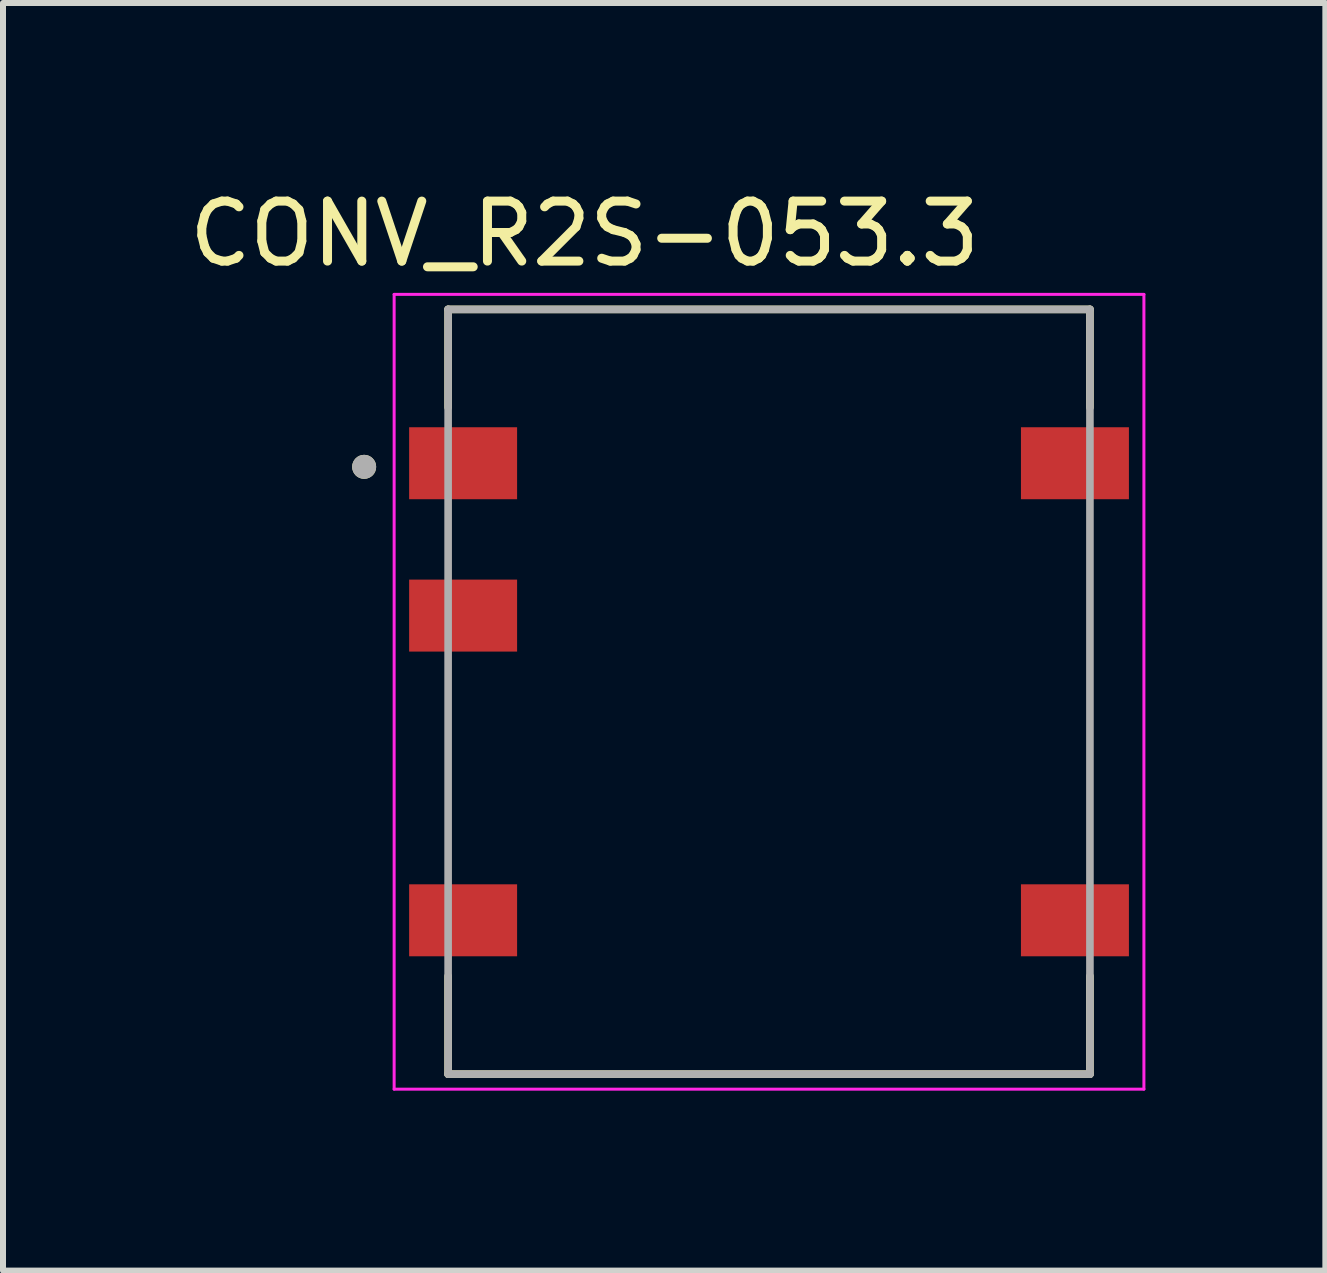
<source format=kicad_pcb>
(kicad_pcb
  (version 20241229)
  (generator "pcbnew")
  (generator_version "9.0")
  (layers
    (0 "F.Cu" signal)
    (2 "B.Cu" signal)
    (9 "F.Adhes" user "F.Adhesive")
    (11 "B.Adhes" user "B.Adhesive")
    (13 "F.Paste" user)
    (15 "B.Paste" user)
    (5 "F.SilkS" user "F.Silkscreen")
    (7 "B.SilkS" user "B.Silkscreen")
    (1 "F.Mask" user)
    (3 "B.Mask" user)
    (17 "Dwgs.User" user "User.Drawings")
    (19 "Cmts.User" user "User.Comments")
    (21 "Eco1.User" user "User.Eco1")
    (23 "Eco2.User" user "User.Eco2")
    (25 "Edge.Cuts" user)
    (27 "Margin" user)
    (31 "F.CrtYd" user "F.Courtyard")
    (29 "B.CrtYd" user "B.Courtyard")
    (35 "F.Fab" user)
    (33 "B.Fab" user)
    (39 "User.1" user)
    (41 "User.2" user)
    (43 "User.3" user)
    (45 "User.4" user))
  (footprint "CONV_R2S-053.3"
    (layer "F.Cu")
    (at 9.771 8.483)
    (property "Reference" "CONV_R2S-053.3" (at -3.075 -7.635 0) (layer "F.SilkS") (effects (font (size 1 1) (thickness 0.15))))
    (attr through_hole)
    (fp_line (start -5.35 -6.375) (end 5.35 -6.375) (stroke (width 0.127) (type solid)) (layer "F.SilkS"))
    (fp_line (start -5.35 -4.74) (end -5.35 -6.375) (stroke (width 0.127) (type solid)) (layer "F.SilkS"))
    (fp_line (start -5.35 4.74) (end -5.35 6.375) (stroke (width 0.127) (type solid)) (layer "F.SilkS"))
    (fp_line (start -5.35 6.375) (end 5.35 6.375) (stroke (width 0.127) (type solid)) (layer "F.SilkS"))
    (fp_line (start 5.35 -6.375) (end 5.35 -4.74) (stroke (width 0.127) (type solid)) (layer "F.SilkS"))
    (fp_line (start 5.35 6.375) (end 5.35 4.74) (stroke (width 0.127) (type solid)) (layer "F.SilkS"))
    (fp_circle (center -6.75 -3.75) (end -6.65 -3.75) (stroke (width 0.2) (type solid)) (fill no) (layer "F.SilkS"))
    (fp_line (start -6.25 -6.625) (end 6.25 -6.625) (stroke (width 0.05) (type solid)) (layer "F.CrtYd"))
    (fp_line (start -6.25 6.625) (end -6.25 -6.625) (stroke (width 0.05) (type solid)) (layer "F.CrtYd"))
    (fp_line (start 6.25 -6.625) (end 6.25 6.625) (stroke (width 0.05) (type solid)) (layer "F.CrtYd"))
    (fp_line (start 6.25 6.625) (end -6.25 6.625) (stroke (width 0.05) (type solid)) (layer "F.CrtYd"))
    (fp_line (start -5.35 -6.375) (end 5.35 -6.375) (stroke (width 0.127) (type solid)) (layer "F.Fab"))
    (fp_line (start -5.35 6.375) (end -5.35 -6.375) (stroke (width 0.127) (type solid)) (layer "F.Fab"))
    (fp_line (start 5.35 -6.375) (end 5.35 6.375) (stroke (width 0.127) (type solid)) (layer "F.Fab"))
    (fp_line (start 5.35 6.375) (end -5.35 6.375) (stroke (width 0.127) (type solid)) (layer "F.Fab"))
    (fp_circle (center -6.75 -3.75) (end -6.65 -3.75) (stroke (width 0.2) (type solid)) (fill no) (layer "F.Fab"))
    (pad "1" smd rect (at -5.1 -3.81) (size 1.8 1.2) (layers "F.Cu" "F.Mask" "F.Paste"))
    (pad "2" smd rect (at -5.1 -1.27) (size 1.8 1.2) (layers "F.Cu" "F.Mask" "F.Paste"))
    (pad "4" smd rect (at -5.1 3.81) (size 1.8 1.2) (layers "F.Cu" "F.Mask" "F.Paste"))
    (pad "5" smd rect (at 5.1 3.81) (size 1.8 1.2) (layers "F.Cu" "F.Mask" "F.Paste"))
    (pad "8" smd rect (at 5.1 -3.81) (size 1.8 1.2) (layers "F.Cu" "F.Mask" "F.Paste")))
  (gr_rect
    (start -3 -3)
    (end 19.046 18.133)
    (stroke (width 0.1) (type default))
    (fill no)
    (layer "Edge.Cuts")))
</source>
